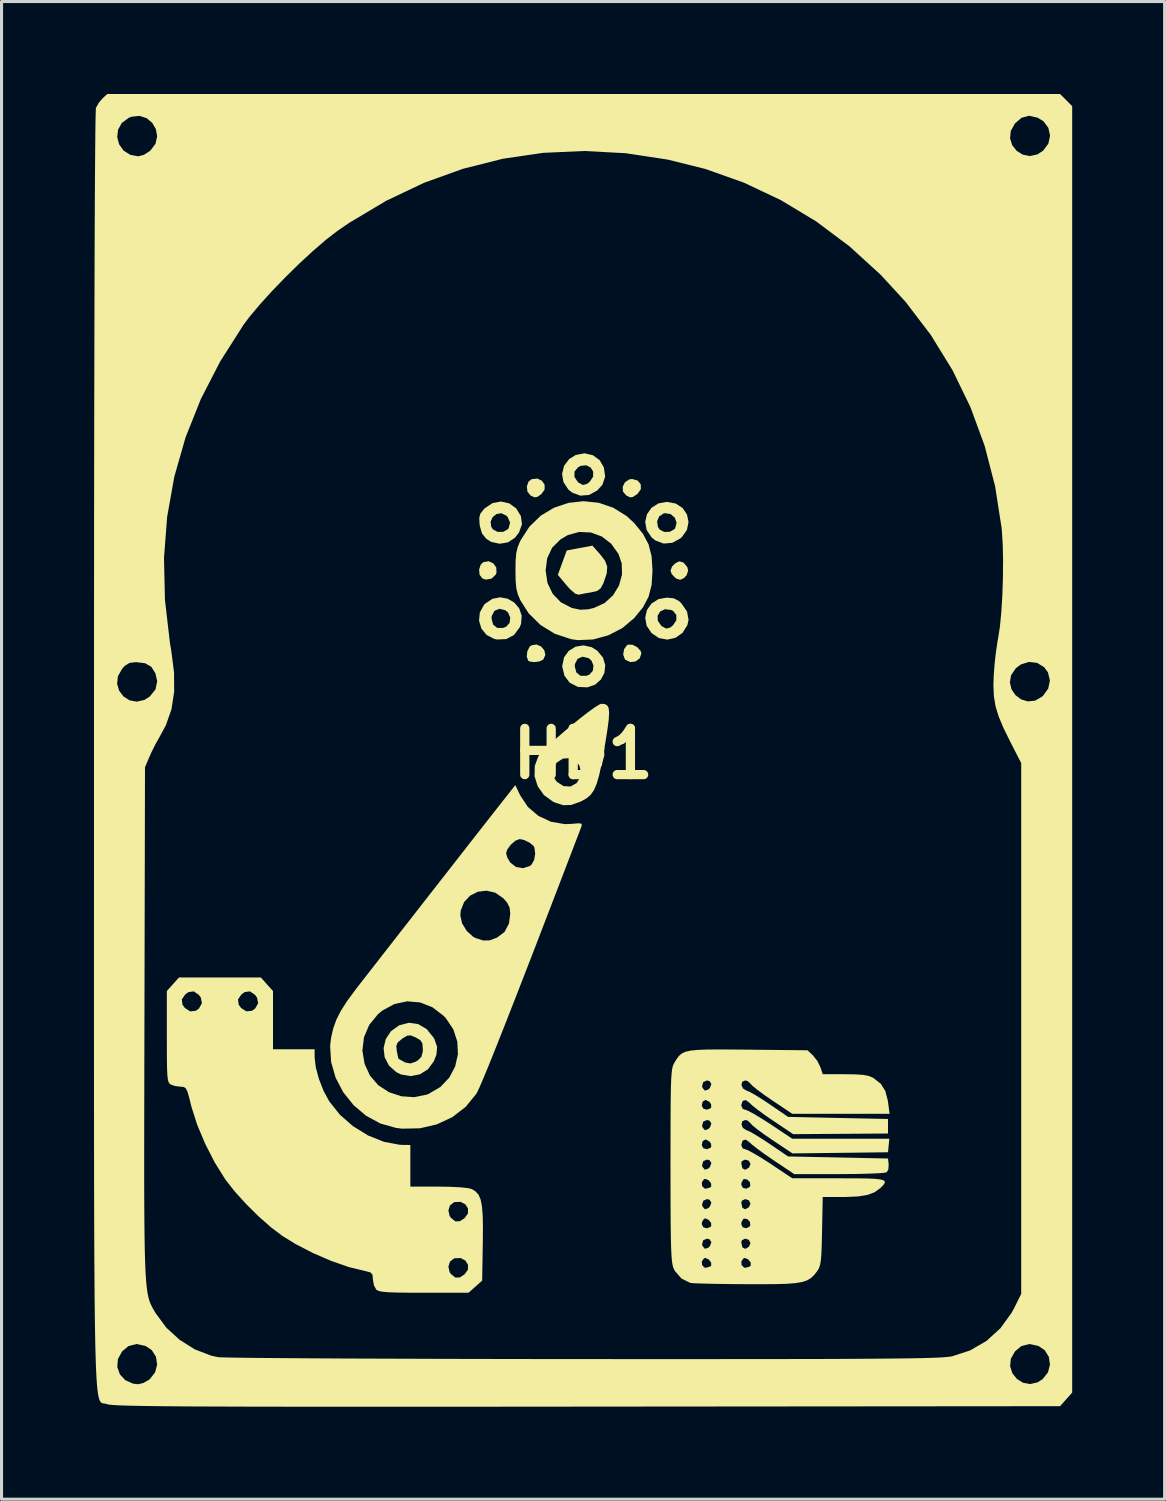
<source format=kicad_pcb>
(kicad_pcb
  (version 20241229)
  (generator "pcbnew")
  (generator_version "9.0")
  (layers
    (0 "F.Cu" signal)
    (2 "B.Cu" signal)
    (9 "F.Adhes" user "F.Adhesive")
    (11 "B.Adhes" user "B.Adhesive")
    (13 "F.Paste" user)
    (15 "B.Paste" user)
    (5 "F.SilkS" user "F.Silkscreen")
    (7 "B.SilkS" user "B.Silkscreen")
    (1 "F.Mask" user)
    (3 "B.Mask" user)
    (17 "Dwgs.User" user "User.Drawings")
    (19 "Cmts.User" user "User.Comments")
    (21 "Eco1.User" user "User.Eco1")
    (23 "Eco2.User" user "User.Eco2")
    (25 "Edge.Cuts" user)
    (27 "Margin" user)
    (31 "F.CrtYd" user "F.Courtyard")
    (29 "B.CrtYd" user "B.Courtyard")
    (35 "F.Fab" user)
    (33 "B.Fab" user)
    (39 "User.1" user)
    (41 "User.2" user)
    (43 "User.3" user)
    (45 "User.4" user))
  (footprint "HD1"
    (layer "F.Cu")
    (at 15.876 21.414)
    (property "Reference" "HD1" (at 0 0 0) (layer "F.SilkS") (effects (font (size 1.5 1.5) (thickness 0.3))))
    (attr board_only exclude_from_pos_files exclude_from_bom)
    (fp_poly (pts (xy -2.914 -6.18) (xy -2.818 -6.044) (xy -2.811 -5.874) (xy -2.835 -5.813) (xy -2.972 -5.683) (xy -3.157 -5.651) (xy -3.267 -5.687) (xy -3.358 -5.804) (xy -3.376 -5.974) (xy -3.324 -6.136) (xy -3.243 -6.215) (xy -3.067 -6.248)) (stroke (width 0) (type solid)) (fill yes) (layer "F.SilkS"))
    (fp_poly (pts (xy -1.335 -8.859) (xy -1.249 -8.729) (xy -1.249 -8.574) (xy -1.35 -8.431) (xy -1.483 -8.336) (xy -1.579 -8.322) (xy -1.703 -8.381) (xy -1.706 -8.382) (xy -1.806 -8.506) (xy -1.826 -8.675) (xy -1.77 -8.832) (xy -1.672 -8.911) (xy -1.483 -8.931)) (stroke (width 0) (type solid)) (fill yes) (layer "F.SilkS"))
    (fp_poly (pts (xy 1.607 -3.536) (xy 1.763 -3.453) (xy 1.872 -3.329) (xy 1.891 -3.255) (xy 1.836 -3.093) (xy 1.7 -2.994) (xy 1.531 -2.974) (xy 1.376 -3.047) (xy 1.352 -3.073) (xy 1.301 -3.222) (xy 1.331 -3.393) (xy 1.425 -3.521) (xy 1.461 -3.541)) (stroke (width 0) (type solid)) (fill yes) (layer "F.SilkS"))
    (fp_poly (pts (xy -1.366 -3.483) (xy -1.259 -3.359) (xy -1.225 -3.207) (xy -1.29 -3.06) (xy -1.297 -3.053) (xy -1.421 -2.994) (xy -1.592 -2.973) (xy -1.74 -2.994) (xy -1.779 -3.017) (xy -1.829 -3.149) (xy -1.811 -3.322) (xy -1.737 -3.471) (xy -1.684 -3.515) (xy -1.517 -3.546)) (stroke (width 0) (type solid)) (fill yes) (layer "F.SilkS"))
    (fp_poly (pts (xy 1.772 -8.867) (xy 1.872 -8.743) (xy 1.874 -8.585) (xy 1.766 -8.433) (xy 1.741 -8.414) (xy 1.611 -8.332) (xy 1.522 -8.322) (xy 1.405 -8.38) (xy 1.402 -8.382) (xy 1.295 -8.506) (xy 1.285 -8.663) (xy 1.358 -8.81) (xy 1.497 -8.903) (xy 1.587 -8.917)) (stroke (width 0) (type solid)) (fill yes) (layer "F.SilkS"))
    (fp_poly (pts (xy 3.228 -6.217) (xy 3.273 -6.189) (xy 3.382 -6.058) (xy 3.411 -5.945) (xy 3.358 -5.79) (xy 3.273 -5.7) (xy 3.15 -5.644) (xy 3.035 -5.681) (xy 2.986 -5.713) (xy 2.874 -5.836) (xy 2.837 -5.945) (xy 2.889 -6.077) (xy 2.986 -6.176) (xy 3.116 -6.243)) (stroke (width 0) (type solid)) (fill yes) (layer "F.SilkS"))
    (fp_poly (pts (xy 0.557 -6.467) (xy 0.715 -6.261) (xy 0.783 -6.069) (xy 0.767 -5.851) (xy 0.671 -5.566) (xy 0.655 -5.526) (xy 0.57 -5.367) (xy 0.458 -5.284) (xy 0.264 -5.238) (xy 0.26 -5.237) (xy 0.052 -5.202) (xy -0.111 -5.169) (xy -0.144 -5.161) (xy -0.258 -5.196) (xy -0.427 -5.344) (xy -0.537 -5.468) (xy -0.82 -5.805) (xy -0.675 -6.202) (xy -0.53 -6.598) (xy -0.114 -6.676) (xy 0.302 -6.753)) (stroke (width 0) (type solid)) (fill yes) (layer "F.SilkS"))
    (fp_poly (pts (xy 0.317 -9.689) (xy 0.54 -9.525) (xy 0.675 -9.29) (xy 0.716 -8.992) (xy 0.628 -8.732) (xy 0.46 -8.545) (xy 0.195 -8.399) (xy -0.087 -8.376) (xy -0.355 -8.474) (xy -0.478 -8.574) (xy -0.638 -8.817) (xy -0.666 -8.983) (xy -0.281 -8.983) (xy -0.168 -8.816) (xy -0.147 -8.799) (xy -0.006 -8.722) (xy 0.126 -8.756) (xy 0.214 -8.826) (xy 0.325 -8.992) (xy 0.327 -9.156) (xy 0.245 -9.289) (xy 0.101 -9.362) (xy -0.079 -9.343) (xy -0.16 -9.3) (xy -0.279 -9.157) (xy -0.281 -8.983) (xy -0.666 -8.983) (xy -0.682 -9.085) (xy -0.617 -9.345) (xy -0.449 -9.567) (xy -0.238 -9.697) (xy 0.047 -9.751)) (stroke (width 0) (type solid)) (fill yes) (layer "F.SilkS"))
    (fp_poly (pts (xy -2.447 -5.031) (xy -2.233 -4.905) (xy -2.074 -4.717) (xy -1.993 -4.482) (xy -2.014 -4.217) (xy -2.058 -4.102) (xy -2.24 -3.856) (xy -2.491 -3.721) (xy -2.79 -3.707) (xy -2.884 -3.727) (xy -3.134 -3.855) (xy -3.302 -4.063) (xy -3.377 -4.317) (xy -3.37 -4.392) (xy -2.972 -4.392) (xy -2.921 -4.192) (xy -2.786 -4.083) (xy -2.596 -4.082) (xy -2.495 -4.123) (xy -2.385 -4.247) (xy -2.365 -4.416) (xy -2.432 -4.578) (xy -2.525 -4.657) (xy -2.722 -4.703) (xy -2.88 -4.635) (xy -2.965 -4.47) (xy -2.972 -4.392) (xy -3.37 -4.392) (xy -3.352 -4.583) (xy -3.218 -4.829) (xy -3.18 -4.869) (xy -2.944 -5.028) (xy -2.692 -5.077)) (stroke (width 0) (type solid)) (fill yes) (layer "F.SilkS"))
    (fp_poly (pts (xy 0.278 -3.458) (xy 0.46 -3.344) (xy 0.647 -3.117) (xy 0.719 -2.869) (xy 0.692 -2.624) (xy 0.577 -2.407) (xy 0.389 -2.242) (xy 0.141 -2.154) (xy -0.154 -2.167) (xy -0.182 -2.174) (xy -0.434 -2.305) (xy -0.605 -2.529) (xy -0.675 -2.819) (xy -0.675 -2.838) (xy -0.27 -2.838) (xy -0.219 -2.638) (xy -0.084 -2.529) (xy 0.107 -2.528) (xy 0.207 -2.569) (xy 0.317 -2.693) (xy 0.337 -2.862) (xy 0.27 -3.024) (xy 0.177 -3.103) (xy -0.02 -3.149) (xy -0.177 -3.081) (xy -0.263 -2.916) (xy -0.27 -2.838) (xy -0.675 -2.838) (xy -0.676 -2.852) (xy -0.618 -3.128) (xy -0.465 -3.339) (xy -0.245 -3.473) (xy 0.012 -3.516)) (stroke (width 0) (type solid)) (fill yes) (layer "F.SilkS"))
    (fp_poly (pts (xy 2.944 -5.044) (xy 3.108 -4.959) (xy 3.191 -4.881) (xy 3.373 -4.616) (xy 3.423 -4.346) (xy 3.386 -4.175) (xy 3.227 -3.922) (xy 2.999 -3.762) (xy 2.734 -3.703) (xy 2.464 -3.753) (xy 2.224 -3.913) (xy 2.062 -4.154) (xy 2.016 -4.414) (xy 2.031 -4.482) (xy 2.42 -4.482) (xy 2.425 -4.315) (xy 2.539 -4.151) (xy 2.555 -4.138) (xy 2.697 -4.061) (xy 2.828 -4.095) (xy 2.916 -4.165) (xy 3.027 -4.332) (xy 3.027 -4.502) (xy 2.921 -4.635) (xy 2.862 -4.665) (xy 2.658 -4.69) (xy 2.504 -4.618) (xy 2.42 -4.482) (xy 2.031 -4.482) (xy 2.072 -4.663) (xy 2.219 -4.873) (xy 2.445 -5.017) (xy 2.718 -5.066)) (stroke (width 0) (type solid)) (fill yes) (layer "F.SilkS"))
    (fp_poly (pts (xy 3.01 -8.119) (xy 3.232 -7.973) (xy 3.373 -7.763) (xy 3.422 -7.517) (xy 3.37 -7.264) (xy 3.205 -7.029) (xy 3.165 -6.994) (xy 2.898 -6.846) (xy 2.616 -6.821) (xy 2.349 -6.92) (xy 2.224 -7.02) (xy 2.062 -7.262) (xy 2.016 -7.521) (xy 2.02 -7.541) (xy 2.402 -7.541) (xy 2.43 -7.36) (xy 2.485 -7.275) (xy 2.634 -7.197) (xy 2.817 -7.204) (xy 2.966 -7.29) (xy 2.988 -7.318) (xy 3.035 -7.495) (xy 2.977 -7.66) (xy 2.843 -7.777) (xy 2.659 -7.808) (xy 2.616 -7.8) (xy 2.469 -7.704) (xy 2.402 -7.541) (xy 2.02 -7.541) (xy 2.072 -7.77) (xy 2.219 -7.981) (xy 2.445 -8.125) (xy 2.718 -8.174)) (stroke (width 0) (type solid)) (fill yes) (layer "F.SilkS"))
    (fp_poly (pts (xy -2.399 -8.126) (xy -2.172 -7.963) (xy -2.019 -7.714) (xy -1.984 -7.445) (xy -2.083 -7.176) (xy -2.213 -7.009) (xy -2.44 -6.86) (xy -2.711 -6.815) (xy -2.982 -6.875) (xy -3.144 -6.977) (xy -3.282 -7.149) (xy -3.351 -7.389) (xy -3.359 -7.447) (xy -3.364 -7.529) (xy -3.003 -7.529) (xy -2.981 -7.365) (xy -2.927 -7.282) (xy -2.773 -7.199) (xy -2.589 -7.203) (xy -2.438 -7.29) (xy -2.417 -7.318) (xy -2.369 -7.503) (xy -2.45 -7.684) (xy -2.495 -7.73) (xy -2.655 -7.807) (xy -2.811 -7.779) (xy -2.937 -7.677) (xy -3.003 -7.529) (xy -3.364 -7.529) (xy -3.371 -7.654) (xy -3.335 -7.792) (xy -3.229 -7.927) (xy -3.189 -7.968) (xy -2.939 -8.135) (xy -2.665 -8.186)) (stroke (width 0) (type solid)) (fill yes) (layer "F.SilkS"))
    (fp_poly (pts (xy -5.349 8.777) (xy -5.076 8.94) (xy -4.854 9.214) (xy -4.824 9.268) (xy -4.739 9.513) (xy -4.758 9.76) (xy -4.842 9.979) (xy -5.034 10.241) (xy -5.297 10.406) (xy -5.601 10.465) (xy -5.914 10.41) (xy -6.06 10.338) (xy -6.303 10.121) (xy -6.441 9.851) (xy -6.475 9.556) (xy -6.457 9.48) (xy -6.063 9.48) (xy -6.047 9.648) (xy -6.046 9.652) (xy -6.014 9.813) (xy -5.992 9.899) (xy -5.989 9.903) (xy -5.77 10.024) (xy -5.602 10.054) (xy -5.439 9.999) (xy -5.368 9.956) (xy -5.25 9.842) (xy -5.205 9.675) (xy -5.202 9.584) (xy -5.217 9.401) (xy -5.287 9.294) (xy -5.431 9.211) (xy -5.589 9.145) (xy -5.7 9.147) (xy -5.832 9.223) (xy -5.876 9.254) (xy -6.015 9.369) (xy -6.063 9.48) (xy -6.457 9.48) (xy -6.407 9.266) (xy -6.24 9.011) (xy -5.974 8.818) (xy -5.968 8.815) (xy -5.654 8.733)) (stroke (width 0) (type solid)) (fill yes) (layer "F.SilkS"))
    (fp_poly (pts (xy 0.705 -1.611) (xy 0.784 -1.569) (xy 0.83 -1.48) (xy 0.845 -1.327) (xy 0.831 -1.093) (xy 0.787 -0.763) (xy 0.716 -0.32) (xy 0.696 -0.205) (xy 0.607 0.296) (xy 0.526 0.681) (xy 0.443 0.971) (xy 0.352 1.183) (xy 0.243 1.337) (xy 0.108 1.451) (xy -0.061 1.545) (xy -0.095 1.56) (xy -0.391 1.664) (xy -0.649 1.671) (xy -0.922 1.582) (xy -0.98 1.554) (xy -1.271 1.342) (xy -1.472 1.059) (xy -1.575 0.733) (xy -1.571 0.528) (xy -0.993 0.528) (xy -0.985 0.721) (xy -0.848 0.915) (xy -0.847 0.915) (xy -0.636 1.051) (xy -0.414 1.065) (xy -0.213 0.956) (xy -0.203 0.946) (xy -0.101 0.775) (xy -0.068 0.608) (xy -0.122 0.381) (xy -0.262 0.222) (xy -0.452 0.144) (xy -0.659 0.16) (xy -0.846 0.281) (xy -0.873 0.313) (xy -0.993 0.528) (xy -1.571 0.528) (xy -1.568 0.394) (xy -1.453 0.086) (xy -1.354 -0.036) (xy -1.177 -0.215) (xy -0.942 -0.433) (xy -0.669 -0.673) (xy -0.379 -0.918) (xy -0.093 -1.151) (xy 0.169 -1.354) (xy 0.386 -1.51) (xy 0.539 -1.603) (xy 0.592 -1.621)) (stroke (width 0) (type solid)) (fill yes) (layer "F.SilkS"))
    (fp_poly (pts (xy 0.504 -8.145) (xy 0.978 -7.985) (xy 1.415 -7.713) (xy 1.656 -7.49) (xy 1.942 -7.14) (xy 2.126 -6.793) (xy 2.224 -6.407) (xy 2.253 -5.945) (xy 2.224 -5.478) (xy 2.125 -5.093) (xy 1.94 -4.746) (xy 1.656 -4.399) (xy 1.269 -4.075) (xy 0.814 -3.841) (xy 0.323 -3.708) (xy -0.17 -3.687) (xy -0.387 -3.717) (xy -0.914 -3.891) (xy -1.381 -4.177) (xy -1.77 -4.561) (xy -2.037 -4.982) (xy -2.116 -5.166) (xy -2.164 -5.352) (xy -2.188 -5.585) (xy -2.195 -5.905) (xy -2.195 -5.945) (xy -2.195 -5.949) (xy -1.216 -5.949) (xy -1.156 -5.541) (xy -0.987 -5.19) (xy -0.722 -4.915) (xy -0.377 -4.736) (xy -0.352 -4.728) (xy -0.087 -4.673) (xy 0.169 -4.688) (xy 0.353 -4.732) (xy 0.698 -4.891) (xy 0.973 -5.142) (xy 1.165 -5.458) (xy 1.263 -5.812) (xy 1.253 -6.178) (xy 1.151 -6.479) (xy 0.913 -6.815) (xy 0.606 -7.051) (xy 0.253 -7.18) (xy -0.121 -7.198) (xy -0.494 -7.097) (xy -0.729 -6.96) (xy -1.005 -6.686) (xy -1.166 -6.344) (xy -1.216 -5.949) (xy -2.195 -5.949) (xy -2.19 -6.274) (xy -2.169 -6.511) (xy -2.124 -6.7) (xy -2.049 -6.885) (xy -2.03 -6.924) (xy -1.741 -7.372) (xy -1.373 -7.727) (xy -0.945 -7.984) (xy -0.477 -8.141) (xy 0.013 -8.196)) (stroke (width 0) (type solid)) (fill yes) (layer "F.SilkS"))
    (fp_poly (pts (xy -2.041 1.353) (xy -1.791 1.729) (xy -1.451 2.018) (xy -1.046 2.208) (xy -0.598 2.285) (xy -0.366 2.277) (xy -0.16 2.259) (xy -0.061 2.267) (xy -0.04 2.31) (xy -0.063 2.387) (xy -0.6 3.79) (xy -1.091 5.068) (xy -1.534 6.22) (xy -1.932 7.248) (xy -2.284 8.151) (xy -2.59 8.931) (xy -2.851 9.589) (xy -3.066 10.124) (xy -3.237 10.537) (xy -3.363 10.83) (xy -3.445 11.003) (xy -3.464 11.036) (xy -3.81 11.461) (xy -4.243 11.795) (xy -4.745 12.03) (xy -5.294 12.158) (xy -5.872 12.17) (xy -6.065 12.147) (xy -6.577 12.004) (xy -7.044 11.751) (xy -7.451 11.406) (xy -7.785 10.988) (xy -8.032 10.516) (xy -8.178 10.009) (xy -8.202 9.632) (xy -7.163 9.632) (xy -7.093 10.065) (xy -6.919 10.446) (xy -6.65 10.759) (xy -6.3 10.987) (xy -5.899 11.119) (xy -5.478 11.148) (xy -5.067 11.063) (xy -5.014 11.042) (xy -4.631 10.816) (xy -4.342 10.512) (xy -4.152 10.151) (xy -4.063 9.755) (xy -4.082 9.347) (xy -4.211 8.949) (xy -4.455 8.583) (xy -4.524 8.51) (xy -4.889 8.231) (xy -5.291 8.073) (xy -5.709 8.037) (xy -6.123 8.124) (xy -6.512 8.334) (xy -6.658 8.455) (xy -6.942 8.803) (xy -7.112 9.203) (xy -7.163 9.632) (xy -8.202 9.632) (xy -8.211 9.485) (xy -8.179 9.216) (xy -8.109 8.913) (xy -8.009 8.633) (xy -7.864 8.347) (xy -7.659 8.028) (xy -7.38 7.648) (xy -7.278 7.517) (xy -6.918 7.054) (xy -6.521 6.545) (xy -6.097 6.001) (xy -5.656 5.436) (xy -5.51 5.249) (xy -3.985 5.249) (xy -3.927 5.506) (xy -3.776 5.754) (xy -3.568 5.941) (xy -3.495 5.98) (xy -3.246 6.062) (xy -3.032 6.058) (xy -2.794 5.969) (xy -2.549 5.784) (xy -2.406 5.511) (xy -2.364 5.198) (xy -2.386 4.992) (xy -2.469 4.828) (xy -2.594 4.688) (xy -2.853 4.51) (xy -3.136 4.445) (xy -3.416 4.48) (xy -3.667 4.607) (xy -3.861 4.813) (xy -3.97 5.088) (xy -3.985 5.249) (xy -5.51 5.249) (xy -5.21 4.864) (xy -4.768 4.298) (xy -4.341 3.752) (xy -3.94 3.239) (xy -3.934 3.23) (xy -2.499 3.23) (xy -2.459 3.372) (xy -2.362 3.534) (xy -2.359 3.537) (xy -2.174 3.678) (xy -1.948 3.716) (xy -1.732 3.646) (xy -1.677 3.604) (xy -1.59 3.451) (xy -1.554 3.243) (xy -1.58 3.05) (xy -1.605 2.999) (xy -1.73 2.891) (xy -1.912 2.801) (xy -2.059 2.77) (xy -2.197 2.823) (xy -2.346 2.952) (xy -2.461 3.109) (xy -2.499 3.23) (xy -3.934 3.23) (xy -3.576 2.772) (xy -3.258 2.366) (xy -2.997 2.033) (xy -2.805 1.787) (xy -2.743 1.708) (xy -2.2 1.019)) (stroke (width 0) (type solid)) (fill yes) (layer "F.SilkS"))
    (fp_poly (pts (xy -10.263 7.483) (xy -10.065 7.703) (xy -10.065 8.648) (xy -10.065 9.593) (xy -9.39 9.593) (xy -8.714 9.593) (xy -8.714 9.857) (xy -8.676 10.182) (xy -8.572 10.563) (xy -8.421 10.949) (xy -8.241 11.281) (xy -7.895 11.717) (xy -7.465 12.092) (xy -6.979 12.391) (xy -6.465 12.597) (xy -5.952 12.693) (xy -5.826 12.698) (xy -5.607 12.7) (xy -5.607 13.376) (xy -5.607 14.051) (xy -4.698 14.051) (xy -4.309 14.057) (xy -3.982 14.074) (xy -3.742 14.099) (xy -3.621 14.128) (xy -3.493 14.204) (xy -3.396 14.311) (xy -3.327 14.466) (xy -3.283 14.688) (xy -3.258 14.993) (xy -3.251 15.4) (xy -3.255 15.883) (xy -3.276 17.102) (xy -3.497 17.299) (xy -3.718 17.496) (xy -5.164 17.496) (xy -5.654 17.495) (xy -6.027 17.49) (xy -6.299 17.481) (xy -6.488 17.466) (xy -6.612 17.444) (xy -6.687 17.414) (xy -6.717 17.39) (xy -6.791 17.25) (xy -6.823 17.061) (xy -6.823 17.06) (xy -6.836 16.91) (xy -6.901 16.836) (xy -7.059 16.794) (xy -7.076 16.791) (xy -7.592 16.665) (xy -7.637 16.65) (xy -4.372 16.65) (xy -4.332 16.827) (xy -4.287 16.891) (xy -4.145 17.004) (xy -4.004 17) (xy -3.848 16.9) (xy -3.737 16.747) (xy -3.736 16.586) (xy -3.822 16.45) (xy -3.975 16.37) (xy -4.175 16.378) (xy -4.188 16.382) (xy -4.32 16.484) (xy -4.372 16.65) (xy -7.637 16.65) (xy -8.167 16.466) (xy -8.76 16.211) (xy -9.329 15.917) (xy -9.761 15.652) (xy -10.127 15.375) (xy -10.53 15.019) (xy -10.725 14.826) (xy -4.372 14.826) (xy -4.332 15.003) (xy -4.287 15.067) (xy -4.145 15.18) (xy -4.004 15.176) (xy -3.848 15.076) (xy -3.737 14.923) (xy -3.736 14.762) (xy -3.822 14.626) (xy -3.975 14.546) (xy -4.175 14.554) (xy -4.188 14.558) (xy -4.32 14.66) (xy -4.372 14.826) (xy -10.725 14.826) (xy -10.933 14.621) (xy -11.301 14.216) (xy -11.597 13.839) (xy -11.623 13.802) (xy -11.96 13.26) (xy -12.267 12.659) (xy -12.524 12.049) (xy -12.707 11.477) (xy -12.723 11.414) (xy -12.794 11.13) (xy -12.848 10.953) (xy -12.9 10.857) (xy -12.964 10.817) (xy -13.053 10.809) (xy -13.059 10.809) (xy -13.251 10.784) (xy -13.38 10.739) (xy -13.423 10.708) (xy -13.455 10.659) (xy -13.478 10.571) (xy -13.494 10.429) (xy -13.504 10.215) (xy -13.509 9.911) (xy -13.51 9.501) (xy -13.511 9.186) (xy -13.511 7.976) (xy -13.025 7.976) (xy -13.002 8.147) (xy -12.926 8.253) (xy -12.754 8.363) (xy -12.572 8.345) (xy -12.468 8.27) (xy -12.371 8.098) (xy -12.395 7.976) (xy -11.201 7.976) (xy -11.178 8.147) (xy -11.102 8.253) (xy -10.93 8.363) (xy -10.748 8.345) (xy -10.644 8.27) (xy -10.547 8.098) (xy -10.583 7.916) (xy -10.65 7.825) (xy -10.813 7.714) (xy -10.984 7.737) (xy -11.09 7.813) (xy -11.201 7.976) (xy -12.395 7.976) (xy -12.407 7.916) (xy -12.474 7.825) (xy -12.637 7.714) (xy -12.808 7.737) (xy -12.914 7.813) (xy -13.025 7.976) (xy -13.511 7.976) (xy -13.511 7.703) (xy -13.314 7.483) (xy -13.116 7.262) (xy -11.788 7.262) (xy -10.46 7.262)) (stroke (width 0) (type solid)) (fill yes) (layer "F.SilkS"))
    (fp_poly (pts (xy 15.678 -21.217) (xy 15.875 -21.019) (xy 15.875 -0.141) (xy 15.875 20.737) (xy 15.678 20.957) (xy 15.481 21.178) (xy 0.124 21.192) (xy -1.607 21.194) (xy -3.207 21.195) (xy -4.682 21.196) (xy -6.037 21.196) (xy -7.277 21.196) (xy -8.406 21.196) (xy -9.429 21.195) (xy -10.352 21.194) (xy -11.178 21.192) (xy -11.915 21.189) (xy -12.565 21.187) (xy -13.134 21.183) (xy -13.627 21.179) (xy -14.049 21.174) (xy -14.405 21.168) (xy -14.7 21.162) (xy -14.938 21.155) (xy -15.125 21.148) (xy -15.265 21.139) (xy -15.363 21.13) (xy -15.425 21.12) (xy -15.448 21.113) (xy -15.489 21.1) (xy -15.527 21.093) (xy -15.563 21.09) (xy -15.596 21.084) (xy -15.626 21.072) (xy -15.654 21.05) (xy -15.68 21.013) (xy -15.704 20.956) (xy -15.726 20.875) (xy -15.746 20.766) (xy -15.765 20.624) (xy -15.781 20.445) (xy -15.796 20.224) (xy -15.809 19.958) (xy -15.811 19.908) (xy -15.119 19.908) (xy -15.035 20.144) (xy -14.861 20.333) (xy -14.61 20.446) (xy -14.445 20.466) (xy -14.273 20.425) (xy -14.089 20.32) (xy -14.064 20.3) (xy -13.892 20.081) (xy -13.841 19.886) (xy 13.861 19.886) (xy 13.934 20.109) (xy 14.079 20.292) (xy 14.278 20.416) (xy 14.51 20.46) (xy 14.754 20.404) (xy 14.916 20.3) (xy 15.089 20.081) (xy 15.154 19.828) (xy 15.117 19.575) (xy 14.982 19.359) (xy 14.78 19.223) (xy 14.485 19.16) (xy 14.223 19.228) (xy 14.017 19.401) (xy 13.882 19.643) (xy 13.861 19.886) (xy -13.841 19.886) (xy -13.826 19.828) (xy -13.863 19.575) (xy -13.999 19.359) (xy -14.201 19.223) (xy -14.495 19.16) (xy -14.758 19.228) (xy -14.964 19.401) (xy -15.1 19.651) (xy -15.119 19.908) (xy -15.811 19.908) (xy -15.82 19.641) (xy -15.831 19.269) (xy -15.839 18.838) (xy -15.847 18.344) (xy -15.854 17.781) (xy -15.859 17.146) (xy -15.864 16.434) (xy -15.867 15.641) (xy -15.87 14.762) (xy -15.872 13.793) (xy -15.873 13.066) (xy -14.246 13.066) (xy -14.246 13.864) (xy -14.244 14.563) (xy -14.24 15.172) (xy -14.234 15.697) (xy -14.226 16.145) (xy -14.215 16.524) (xy -14.201 16.841) (xy -14.184 17.104) (xy -14.163 17.32) (xy -14.139 17.495) (xy -14.11 17.638) (xy -14.077 17.756) (xy -14.039 17.856) (xy -13.997 17.945) (xy -13.949 18.031) (xy -13.896 18.122) (xy -13.869 18.166) (xy -13.528 18.629) (xy -13.095 19.025) (xy -12.601 19.335) (xy -12.072 19.538) (xy -11.852 19.586) (xy -11.749 19.592) (xy -11.518 19.598) (xy -11.167 19.604) (xy -10.702 19.61) (xy -10.131 19.615) (xy -9.46 19.62) (xy -8.698 19.625) (xy -7.851 19.63) (xy -6.926 19.634) (xy -5.932 19.637) (xy -4.873 19.641) (xy -3.759 19.644) (xy -2.597 19.646) (xy -1.392 19.648) (xy -0.154 19.649) (xy 0 19.649) (xy 1.493 19.65) (xy 2.857 19.65) (xy 4.097 19.65) (xy 5.22 19.649) (xy 6.231 19.648) (xy 7.137 19.647) (xy 7.943 19.645) (xy 8.656 19.642) (xy 9.28 19.638) (xy 9.823 19.634) (xy 10.289 19.629) (xy 10.685 19.623) (xy 11.017 19.617) (xy 11.29 19.609) (xy 11.511 19.601) (xy 11.686 19.591) (xy 11.819 19.58) (xy 11.918 19.569) (xy 11.976 19.559) (xy 12.565 19.367) (xy 13.094 19.059) (xy 13.547 18.647) (xy 13.912 18.141) (xy 14.003 17.971) (xy 14.22 17.533) (xy 14.22 8.918) (xy 14.22 0.304) (xy 13.871 -0.377) (xy 13.647 -0.831) (xy 13.489 -1.207) (xy 13.387 -1.54) (xy 13.334 -1.865) (xy 13.318 -2.217) (xy 13.321 -2.314) (xy 13.852 -2.314) (xy 13.905 -2.092) (xy 14.033 -1.902) (xy 14.216 -1.764) (xy 14.436 -1.698) (xy 14.672 -1.722) (xy 14.906 -1.858) (xy 14.925 -1.875) (xy 15.097 -2.113) (xy 15.152 -2.377) (xy 15.089 -2.637) (xy 14.966 -2.807) (xy 14.737 -2.949) (xy 14.472 -2.979) (xy 14.209 -2.897) (xy 14.046 -2.775) (xy 13.892 -2.548) (xy 13.852 -2.314) (xy 13.321 -2.314) (xy 13.328 -2.525) (xy 13.355 -2.896) (xy 13.399 -3.293) (xy 13.452 -3.646) (xy 13.471 -3.749) (xy 13.529 -4.124) (xy 13.575 -4.599) (xy 13.608 -5.14) (xy 13.627 -5.711) (xy 13.632 -6.277) (xy 13.62 -6.804) (xy 13.591 -7.258) (xy 13.584 -7.33) (xy 13.373 -8.682) (xy 13.035 -9.989) (xy 12.574 -11.246) (xy 11.991 -12.447) (xy 11.289 -13.588) (xy 10.471 -14.662) (xy 9.664 -15.541) (xy 8.647 -16.468) (xy 7.566 -17.277) (xy 6.423 -17.966) (xy 5.223 -18.534) (xy 3.968 -18.98) (xy 2.746 -19.284) (xy 1.386 -19.491) (xy 0.037 -19.563) (xy -1.296 -19.503) (xy -2.61 -19.31) (xy -3.9 -18.985) (xy -5.162 -18.531) (xy -6.393 -17.946) (xy -7.588 -17.233) (xy -7.971 -16.971) (xy -8.335 -16.691) (xy -8.755 -16.33) (xy -9.207 -15.913) (xy -9.665 -15.463) (xy -10.107 -15.006) (xy -10.506 -14.565) (xy -10.839 -14.166) (xy -11.013 -13.934) (xy -11.775 -12.739) (xy -12.405 -11.517) (xy -12.903 -10.268) (xy -13.268 -8.992) (xy -13.501 -7.687) (xy -13.603 -6.353) (xy -13.572 -4.99) (xy -13.41 -3.598) (xy -13.369 -3.356) (xy -13.277 -2.642) (xy -13.273 -2.013) (xy -13.359 -1.448) (xy -13.54 -0.928) (xy -13.759 -0.523) (xy -13.881 -0.307) (xy -14.011 -0.045) (xy -14.069 0.085) (xy -14.22 0.439) (xy -14.238 8.741) (xy -14.241 10.007) (xy -14.243 11.144) (xy -14.245 12.162) (xy -14.246 13.066) (xy -15.873 13.066) (xy -15.874 12.729) (xy -15.875 11.567) (xy -15.875 10.301) (xy -15.876 8.927) (xy -15.876 7.441) (xy -15.876 5.838) (xy -15.875 4.115) (xy -15.875 2.266) (xy -15.875 0.287) (xy -15.875 -0.094) (xy -15.875 -2.09) (xy -15.875 -2.27) (xy -15.125 -2.27) (xy -15.058 -2.044) (xy -14.917 -1.858) (xy -14.721 -1.733) (xy -14.49 -1.689) (xy -14.242 -1.744) (xy -14.064 -1.857) (xy -13.879 -2.088) (xy -13.823 -2.355) (xy -13.883 -2.612) (xy -14.016 -2.822) (xy -14.216 -2.937) (xy -14.508 -2.972) (xy -14.513 -2.972) (xy -14.723 -2.947) (xy -14.879 -2.85) (xy -14.957 -2.764) (xy -15.098 -2.516) (xy -15.125 -2.27) (xy -15.875 -2.27) (xy -15.874 -4.003) (xy -15.873 -5.83) (xy -15.872 -7.567) (xy -15.87 -9.213) (xy -15.868 -10.764) (xy -15.865 -12.218) (xy -15.862 -13.57) (xy -15.859 -14.819) (xy -15.856 -15.961) (xy -15.852 -16.994) (xy -15.848 -17.915) (xy -15.843 -18.72) (xy -15.838 -19.407) (xy -15.833 -19.972) (xy -15.833 -20.013) (xy -15.121 -20.013) (xy -15.059 -19.779) (xy -14.916 -19.577) (xy -14.698 -19.439) (xy -14.441 -19.39) (xy -14.253 -19.439) (xy -14.053 -19.569) (xy -14.046 -19.575) (xy -13.88 -19.796) (xy -13.84 -19.971) (xy 13.859 -19.971) (xy 13.93 -19.749) (xy 14.074 -19.567) (xy 14.272 -19.444) (xy 14.503 -19.399) (xy 14.747 -19.452) (xy 14.935 -19.576) (xy 15.103 -19.804) (xy 15.157 -20.061) (xy 15.102 -20.313) (xy 14.944 -20.527) (xy 14.754 -20.644) (xy 14.475 -20.707) (xy 14.229 -20.64) (xy 14.017 -20.456) (xy 13.881 -20.213) (xy 13.859 -19.971) (xy -13.84 -19.971) (xy -13.825 -20.036) (xy -13.866 -20.271) (xy -13.985 -20.477) (xy -14.168 -20.629) (xy -14.399 -20.703) (xy -14.66 -20.674) (xy -14.748 -20.639) (xy -14.973 -20.472) (xy -15.095 -20.254) (xy -15.121 -20.013) (xy -15.833 -20.013) (xy -15.828 -20.414) (xy -15.822 -20.728) (xy -15.816 -20.913) (xy -15.812 -20.964) (xy -15.713 -21.136) (xy -15.596 -21.273) (xy -15.444 -21.414) (xy 0.018 -21.414) (xy 15.48 -21.414)) (stroke (width 0) (type solid)) (fill yes) (layer "F.SilkS"))
    (fp_poly (pts (xy 4.908 9.602) (xy 5.358 9.606) (xy 7.285 9.626) (xy 7.457 9.788) (xy 7.603 9.972) (xy 7.704 10.177) (xy 7.779 10.403) (xy 8.5 10.403) (xy 8.845 10.408) (xy 9.087 10.424) (xy 9.258 10.456) (xy 9.39 10.509) (xy 9.437 10.535) (xy 9.664 10.716) (xy 9.808 10.945) (xy 9.891 11.26) (xy 9.901 11.332) (xy 9.948 11.687) (xy 8.368 11.687) (xy 6.788 11.687) (xy 6.127 11.244) (xy 5.863 11.062) (xy 5.643 10.899) (xy 5.489 10.772) (xy 5.427 10.704) (xy 5.337 10.622) (xy 5.257 10.606) (xy 5.162 10.651) (xy 5.141 10.754) (xy 5.188 10.864) (xy 5.297 10.931) (xy 5.303 10.933) (xy 5.412 10.979) (xy 5.603 11.087) (xy 5.845 11.238) (xy 6.046 11.372) (xy 6.654 11.788) (xy 8.275 11.822) (xy 9.897 11.856) (xy 9.897 12.092) (xy 9.897 12.328) (xy 8.358 12.338) (xy 6.819 12.348) (xy 6.174 11.916) (xy 5.903 11.73) (xy 5.665 11.555) (xy 5.489 11.415) (xy 5.409 11.338) (xy 5.283 11.243) (xy 5.181 11.268) (xy 5.134 11.404) (xy 5.134 11.42) (xy 5.183 11.531) (xy 5.252 11.552) (xy 5.351 11.588) (xy 5.536 11.686) (xy 5.78 11.832) (xy 6.059 12.01) (xy 6.08 12.024) (xy 6.789 12.497) (xy 8.364 12.497) (xy 9.939 12.497) (xy 9.918 12.717) (xy 9.897 12.936) (xy 8.346 12.955) (xy 6.796 12.973) (xy 6.131 12.53) (xy 5.866 12.348) (xy 5.645 12.184) (xy 5.49 12.058) (xy 5.428 11.988) (xy 5.337 11.906) (xy 5.257 11.889) (xy 5.162 11.935) (xy 5.142 12.039) (xy 5.189 12.149) (xy 5.296 12.216) (xy 5.3 12.217) (xy 5.408 12.264) (xy 5.598 12.372) (xy 5.84 12.522) (xy 6.043 12.657) (xy 6.654 13.072) (xy 8.275 13.105) (xy 9.897 13.139) (xy 9.919 13.334) (xy 9.907 13.498) (xy 9.851 13.587) (xy 9.76 13.604) (xy 9.554 13.619) (xy 9.255 13.631) (xy 8.885 13.64) (xy 8.464 13.644) (xy 8.309 13.645) (xy 6.856 13.646) (xy 6.182 13.196) (xy 5.908 13.007) (xy 5.668 12.832) (xy 5.488 12.692) (xy 5.4 12.611) (xy 5.277 12.523) (xy 5.176 12.558) (xy 5.134 12.702) (xy 5.134 12.704) (xy 5.183 12.815) (xy 5.252 12.835) (xy 5.351 12.871) (xy 5.536 12.97) (xy 5.78 13.115) (xy 6.059 13.294) (xy 6.08 13.308) (xy 6.789 13.781) (xy 8.292 13.781) (xy 8.81 13.782) (xy 9.205 13.787) (xy 9.489 13.8) (xy 9.675 13.823) (xy 9.773 13.859) (xy 9.798 13.911) (xy 9.76 13.982) (xy 9.672 14.076) (xy 9.637 14.108) (xy 9.462 14.234) (xy 9.235 14.319) (xy 8.933 14.369) (xy 8.529 14.388) (xy 8.398 14.389) (xy 7.778 14.389) (xy 7.756 15.499) (xy 7.747 15.918) (xy 7.735 16.224) (xy 7.718 16.441) (xy 7.692 16.592) (xy 7.656 16.698) (xy 7.606 16.783) (xy 7.595 16.799) (xy 7.497 16.923) (xy 7.395 17.02) (xy 7.271 17.094) (xy 7.109 17.147) (xy 6.892 17.184) (xy 6.603 17.206) (xy 6.225 17.216) (xy 5.742 17.219) (xy 5.303 17.218) (xy 4.832 17.215) (xy 4.401 17.209) (xy 4.03 17.202) (xy 3.739 17.193) (xy 3.548 17.184) (xy 3.482 17.177) (xy 3.195 17.037) (xy 2.981 16.791) (xy 2.944 16.722) (xy 2.919 16.654) (xy 2.898 16.56) (xy 2.887 16.479) (xy 3.853 16.479) (xy 3.863 16.6) (xy 3.942 16.679) (xy 3.982 16.686) (xy 4.113 16.651) (xy 4.159 16.612) (xy 4.155 16.513) (xy 4.128 16.479) (xy 5.136 16.479) (xy 5.146 16.6) (xy 5.225 16.679) (xy 5.265 16.686) (xy 5.397 16.651) (xy 5.442 16.612) (xy 5.439 16.513) (xy 5.359 16.414) (xy 5.254 16.367) (xy 5.208 16.378) (xy 5.136 16.479) (xy 4.128 16.479) (xy 4.076 16.414) (xy 3.971 16.367) (xy 3.925 16.378) (xy 3.853 16.479) (xy 2.887 16.479) (xy 2.88 16.427) (xy 2.867 16.244) (xy 2.856 15.998) (xy 2.854 15.922) (xy 3.862 15.922) (xy 3.876 15.98) (xy 3.955 16.07) (xy 4.065 16.033) (xy 4.118 15.979) (xy 4.16 15.864) (xy 5.134 15.864) (xy 5.17 16.023) (xy 5.263 16.072) (xy 5.385 16.002) (xy 5.434 15.882) (xy 5.378 15.778) (xy 5.262 15.74) (xy 5.153 15.792) (xy 5.134 15.864) (xy 4.16 15.864) (xy 4.164 15.852) (xy 4.102 15.759) (xy 4.019 15.74) (xy 3.899 15.793) (xy 3.862 15.922) (xy 2.854 15.922) (xy 2.848 15.678) (xy 2.843 15.271) (xy 3.851 15.271) (xy 3.902 15.371) (xy 4.016 15.405) (xy 4.131 15.361) (xy 4.159 15.328) (xy 4.157 15.271) (xy 5.134 15.271) (xy 5.183 15.372) (xy 5.291 15.403) (xy 5.396 15.355) (xy 5.427 15.306) (xy 5.415 15.193) (xy 5.329 15.104) (xy 5.222 15.088) (xy 5.205 15.096) (xy 5.145 15.193) (xy 5.134 15.271) (xy 4.157 15.271) (xy 4.155 15.229) (xy 4.076 15.131) (xy 3.971 15.083) (xy 3.925 15.094) (xy 3.862 15.193) (xy 3.851 15.271) (xy 2.843 15.271) (xy 2.843 15.271) (xy 2.84 14.765) (xy 2.839 14.638) (xy 3.862 14.638) (xy 3.876 14.696) (xy 3.955 14.787) (xy 4.065 14.75) (xy 4.118 14.696) (xy 4.16 14.58) (xy 5.134 14.58) (xy 5.17 14.739) (xy 5.263 14.788) (xy 5.385 14.718) (xy 5.434 14.599) (xy 5.378 14.494) (xy 5.262 14.456) (xy 5.153 14.508) (xy 5.134 14.58) (xy 4.16 14.58) (xy 4.164 14.569) (xy 4.102 14.476) (xy 4.019 14.456) (xy 3.899 14.51) (xy 3.862 14.638) (xy 2.839 14.638) (xy 2.838 14.15) (xy 2.838 13.912) (xy 3.853 13.912) (xy 3.863 14.033) (xy 3.942 14.112) (xy 3.982 14.119) (xy 4.113 14.084) (xy 4.159 14.045) (xy 4.157 13.987) (xy 5.134 13.987) (xy 5.183 14.089) (xy 5.291 14.119) (xy 5.396 14.071) (xy 5.427 14.022) (xy 5.415 13.91) (xy 5.329 13.821) (xy 5.222 13.804) (xy 5.205 13.813) (xy 5.145 13.91) (xy 5.134 13.987) (xy 4.157 13.987) (xy 4.155 13.946) (xy 4.076 13.847) (xy 3.971 13.8) (xy 3.925 13.811) (xy 3.853 13.912) (xy 2.838 13.912) (xy 2.837 13.411) (xy 2.837 13.365) (xy 2.837 13.355) (xy 3.862 13.355) (xy 3.876 13.413) (xy 3.955 13.503) (xy 4.065 13.466) (xy 4.118 13.412) (xy 4.16 13.297) (xy 5.134 13.297) (xy 5.17 13.456) (xy 5.263 13.505) (xy 5.385 13.435) (xy 5.434 13.315) (xy 5.378 13.211) (xy 5.262 13.173) (xy 5.153 13.225) (xy 5.134 13.297) (xy 4.16 13.297) (xy 4.164 13.285) (xy 4.102 13.192) (xy 4.019 13.173) (xy 3.899 13.226) (xy 3.862 13.355) (xy 2.837 13.355) (xy 2.838 12.704) (xy 3.851 12.704) (xy 3.902 12.804) (xy 4.016 12.838) (xy 4.131 12.794) (xy 4.159 12.761) (xy 4.154 12.661) (xy 4.101 12.584) (xy 3.976 12.52) (xy 3.882 12.574) (xy 3.851 12.704) (xy 2.838 12.704) (xy 2.838 12.632) (xy 2.839 12.071) (xy 3.862 12.071) (xy 3.876 12.129) (xy 3.955 12.22) (xy 4.065 12.183) (xy 4.118 12.129) (xy 4.164 12.002) (xy 4.102 11.909) (xy 4.019 11.889) (xy 3.899 11.943) (xy 3.862 12.071) (xy 2.839 12.071) (xy 2.839 12.021) (xy 2.841 11.521) (xy 2.842 11.42) (xy 3.851 11.42) (xy 3.902 11.52) (xy 4.016 11.554) (xy 4.131 11.511) (xy 4.159 11.478) (xy 4.154 11.377) (xy 4.101 11.301) (xy 3.976 11.236) (xy 3.882 11.291) (xy 3.851 11.42) (xy 2.842 11.42) (xy 2.845 11.119) (xy 2.851 10.804) (xy 2.852 10.788) (xy 3.862 10.788) (xy 3.876 10.846) (xy 3.955 10.936) (xy 4.065 10.899) (xy 4.118 10.845) (xy 4.164 10.718) (xy 4.102 10.625) (xy 4.019 10.606) (xy 3.899 10.659) (xy 3.862 10.788) (xy 2.852 10.788) (xy 2.86 10.562) (xy 2.873 10.381) (xy 2.888 10.25) (xy 2.908 10.156) (xy 2.933 10.087) (xy 2.963 10.03) (xy 2.969 10.018) (xy 3.045 9.898) (xy 3.119 9.802) (xy 3.208 9.728) (xy 3.325 9.674) (xy 3.489 9.637) (xy 3.713 9.614) (xy 4.014 9.602) (xy 4.407 9.599)) (stroke (width 0) (type solid)) (fill yes) (layer "F.SilkS")))
  (gr_rect
    (start -3 -3)
    (end 34.751 45.611)
    (stroke (width 0.1) (type default))
    (fill no)
    (layer "Edge.Cuts")))
</source>
